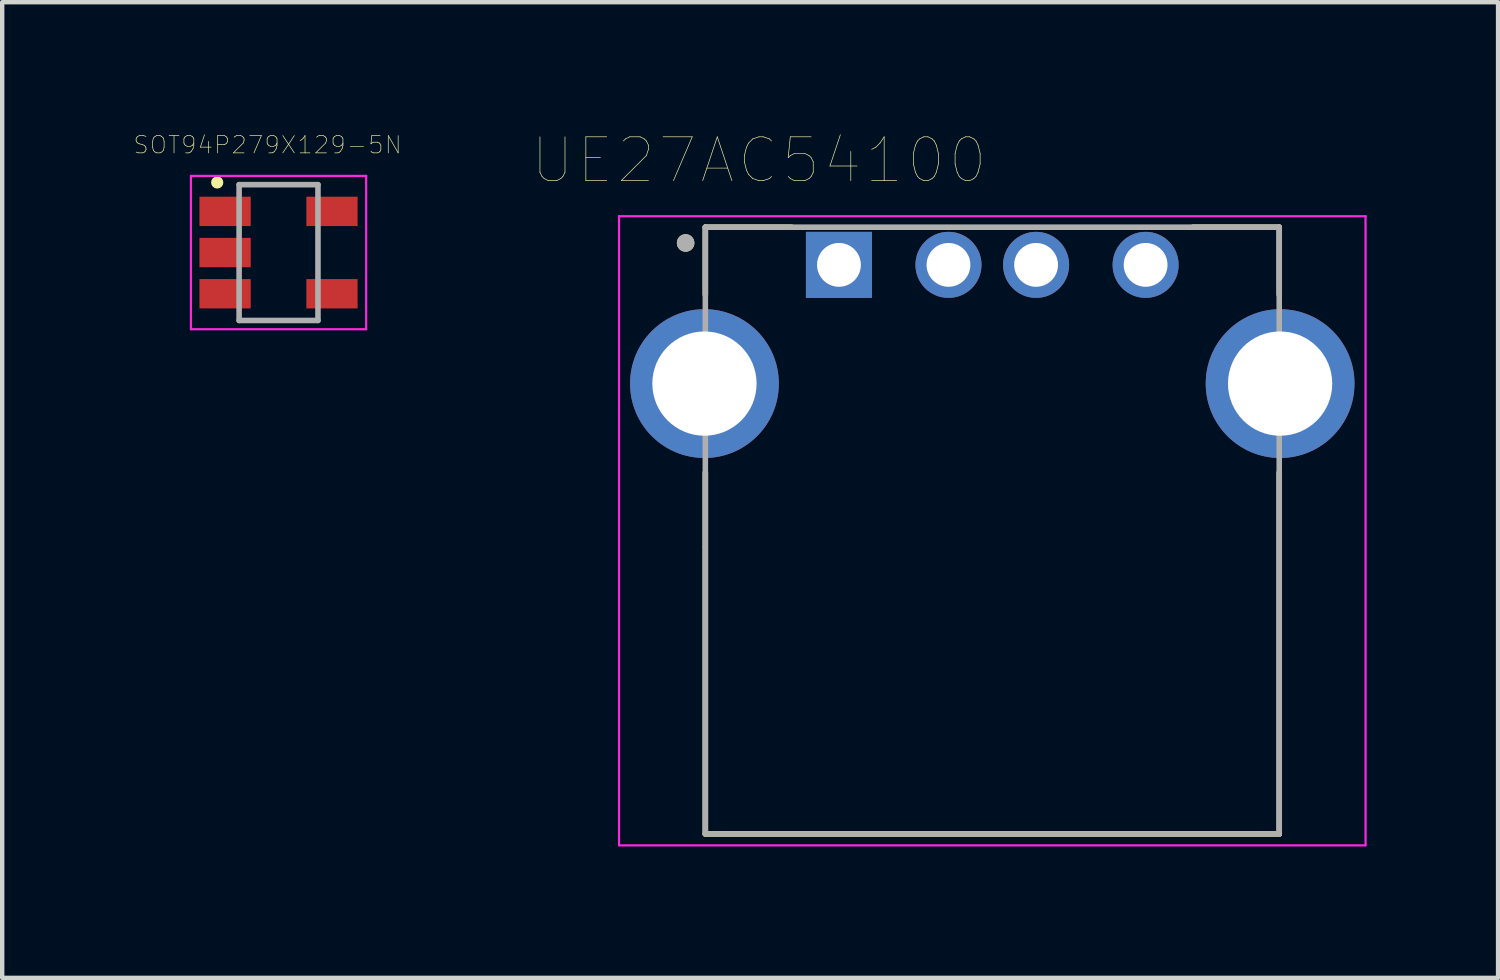
<source format=kicad_pcb>
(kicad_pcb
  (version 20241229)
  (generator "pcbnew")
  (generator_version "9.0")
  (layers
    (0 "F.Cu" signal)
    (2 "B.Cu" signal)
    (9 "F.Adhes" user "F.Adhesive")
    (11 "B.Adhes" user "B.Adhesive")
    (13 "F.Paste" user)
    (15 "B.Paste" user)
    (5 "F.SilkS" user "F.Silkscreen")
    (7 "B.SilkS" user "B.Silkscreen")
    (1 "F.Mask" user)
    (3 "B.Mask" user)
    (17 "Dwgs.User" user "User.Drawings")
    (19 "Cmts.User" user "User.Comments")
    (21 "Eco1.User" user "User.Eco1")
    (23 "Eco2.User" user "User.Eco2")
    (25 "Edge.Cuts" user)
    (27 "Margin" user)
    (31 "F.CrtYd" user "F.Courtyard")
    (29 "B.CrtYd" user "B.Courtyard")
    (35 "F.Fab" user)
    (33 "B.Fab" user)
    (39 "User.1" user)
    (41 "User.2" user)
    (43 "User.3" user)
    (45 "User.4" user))
  (footprint "UE27AC54100"
    (layer "F.Cu")
    (at 19.6 2.996)
    (property "Reference" "UE27AC54100" (at -5.325 -2.385 0) (layer "F.SilkS") (effects (font (size 1 1) (thickness 0.015))))
    (attr through_hole)
    (fp_line (start -6.55 -0.86) (end -4.58 -0.86) (stroke (width 0.127) (type solid)) (layer "F.SilkS"))
    (fp_line (start -6.55 0.68) (end -6.55 -0.86) (stroke (width 0.127) (type solid)) (layer "F.SilkS"))
    (fp_line (start -6.55 4.74) (end -6.55 12.99) (stroke (width 0.127) (type solid)) (layer "F.SilkS"))
    (fp_line (start -6.55 12.99) (end 6.55 12.99) (stroke (width 0.127) (type solid)) (layer "F.SilkS"))
    (fp_line (start 4.58 -0.86) (end 6.55 -0.86) (stroke (width 0.127) (type solid)) (layer "F.SilkS"))
    (fp_line (start 6.55 -0.86) (end 6.55 0.68) (stroke (width 0.127) (type solid)) (layer "F.SilkS"))
    (fp_line (start 6.55 12.99) (end 6.55 4.74) (stroke (width 0.127) (type solid)) (layer "F.SilkS"))
    (fp_circle (center -7 -0.5) (end -6.9 -0.5) (stroke (width 0.2) (type solid)) (fill no) (layer "F.SilkS"))
    (fp_line (start -8.52 -1.11) (end -8.52 13.25) (stroke (width 0.05) (type solid)) (layer "F.CrtYd"))
    (fp_line (start -8.52 13.25) (end 8.52 13.25) (stroke (width 0.05) (type solid)) (layer "F.CrtYd"))
    (fp_line (start 8.52 -1.11) (end -8.52 -1.11) (stroke (width 0.05) (type solid)) (layer "F.CrtYd"))
    (fp_line (start 8.52 13.25) (end 8.52 -1.11) (stroke (width 0.05) (type solid)) (layer "F.CrtYd"))
    (fp_line (start -6.55 -0.86) (end 6.55 -0.86) (stroke (width 0.127) (type solid)) (layer "F.Fab"))
    (fp_line (start -6.55 6.44) (end -6.55 -0.86) (stroke (width 0.127) (type solid)) (layer "F.Fab"))
    (fp_line (start -6.55 12.99) (end -6.55 6.44) (stroke (width 0.127) (type solid)) (layer "F.Fab"))
    (fp_line (start 6.55 -0.86) (end 6.55 12.99) (stroke (width 0.127) (type solid)) (layer "F.Fab"))
    (fp_line (start 6.55 12.99) (end -6.55 12.99) (stroke (width 0.127) (type solid)) (layer "F.Fab"))
    (fp_circle (center -7 -0.5) (end -6.9 -0.5) (stroke (width 0.2) (type solid)) (fill no) (layer "F.Fab"))
    (pad "1" thru_hole rect (at -3.5 0) (size 1.508 1.508) (drill 1) (layers "*.Cu" "*.Mask"))
    (pad "2" thru_hole circle (at -1 0) (size 1.508 1.508) (drill 1) (layers "*.Cu" "*.Mask"))
    (pad "3" thru_hole circle (at 1 0) (size 1.508 1.508) (drill 1) (layers "*.Cu" "*.Mask"))
    (pad "4" thru_hole circle (at 3.5 0) (size 1.508 1.508) (drill 1) (layers "*.Cu" "*.Mask"))
    (pad "S1" thru_hole circle (at -6.57 2.71) (size 3.396 3.396) (drill 2.38) (layers "*.Cu" "*.Mask"))
    (pad "S2" thru_hole circle (at 6.57 2.71) (size 3.396 3.396) (drill 2.38) (layers "*.Cu" "*.Mask")))
  (footprint "SOT94P279X129-5N"
    (layer "F.Cu")
    (at 3.308 2.715)
    (property "Reference" "SOT94P279X129-5N" (at -0.251 -2.457 0) (layer "F.SilkS") (effects (font (size 0.395 0.395) (thickness 0.015))))
    (attr through_hole)
    (fp_circle (center -1.4 -1.6) (end -1.33 -1.6) (stroke (width 0.14) (type solid)) (fill no) (layer "F.SilkS"))
    (fp_line (start -2 -1.75) (end -2 1.75) (stroke (width 0.05) (type solid)) (layer "F.CrtYd"))
    (fp_line (start -2 1.75) (end 2 1.75) (stroke (width 0.05) (type solid)) (layer "F.CrtYd"))
    (fp_line (start 2 -1.75) (end -2 -1.75) (stroke (width 0.05) (type solid)) (layer "F.CrtYd"))
    (fp_line (start 2 1.75) (end 2 -1.75) (stroke (width 0.05) (type solid)) (layer "F.CrtYd"))
    (fp_line (start -0.9 -1.55) (end 0.9 -1.55) (stroke (width 0.127) (type solid)) (layer "F.Fab"))
    (fp_line (start -0.9 1.55) (end -0.9 -1.55) (stroke (width 0.127) (type solid)) (layer "F.Fab"))
    (fp_line (start 0.9 -1.55) (end 0.9 1.55) (stroke (width 0.127) (type solid)) (layer "F.Fab"))
    (fp_line (start 0.9 1.55) (end -0.9 1.55) (stroke (width 0.127) (type solid)) (layer "F.Fab"))
    (pad "1" smd rect (at -1.22 -0.94) (size 1.17 0.67) (layers "F.Cu" "F.Mask" "F.Paste"))
    (pad "2" smd rect (at -1.22 0) (size 1.17 0.67) (layers "F.Cu" "F.Mask" "F.Paste"))
    (pad "3" smd rect (at -1.22 0.94) (size 1.17 0.67) (layers "F.Cu" "F.Mask" "F.Paste"))
    (pad "4" smd rect (at 1.22 0.94) (size 1.17 0.67) (layers "F.Cu" "F.Mask" "F.Paste"))
    (pad "5" smd rect (at 1.22 -0.94) (size 1.17 0.67) (layers "F.Cu" "F.Mask" "F.Paste")))
  (gr_rect
    (start -3 -3)
    (end 31.145 19.271)
    (stroke (width 0.1) (type default))
    (fill no)
    (layer "Edge.Cuts")))
</source>
